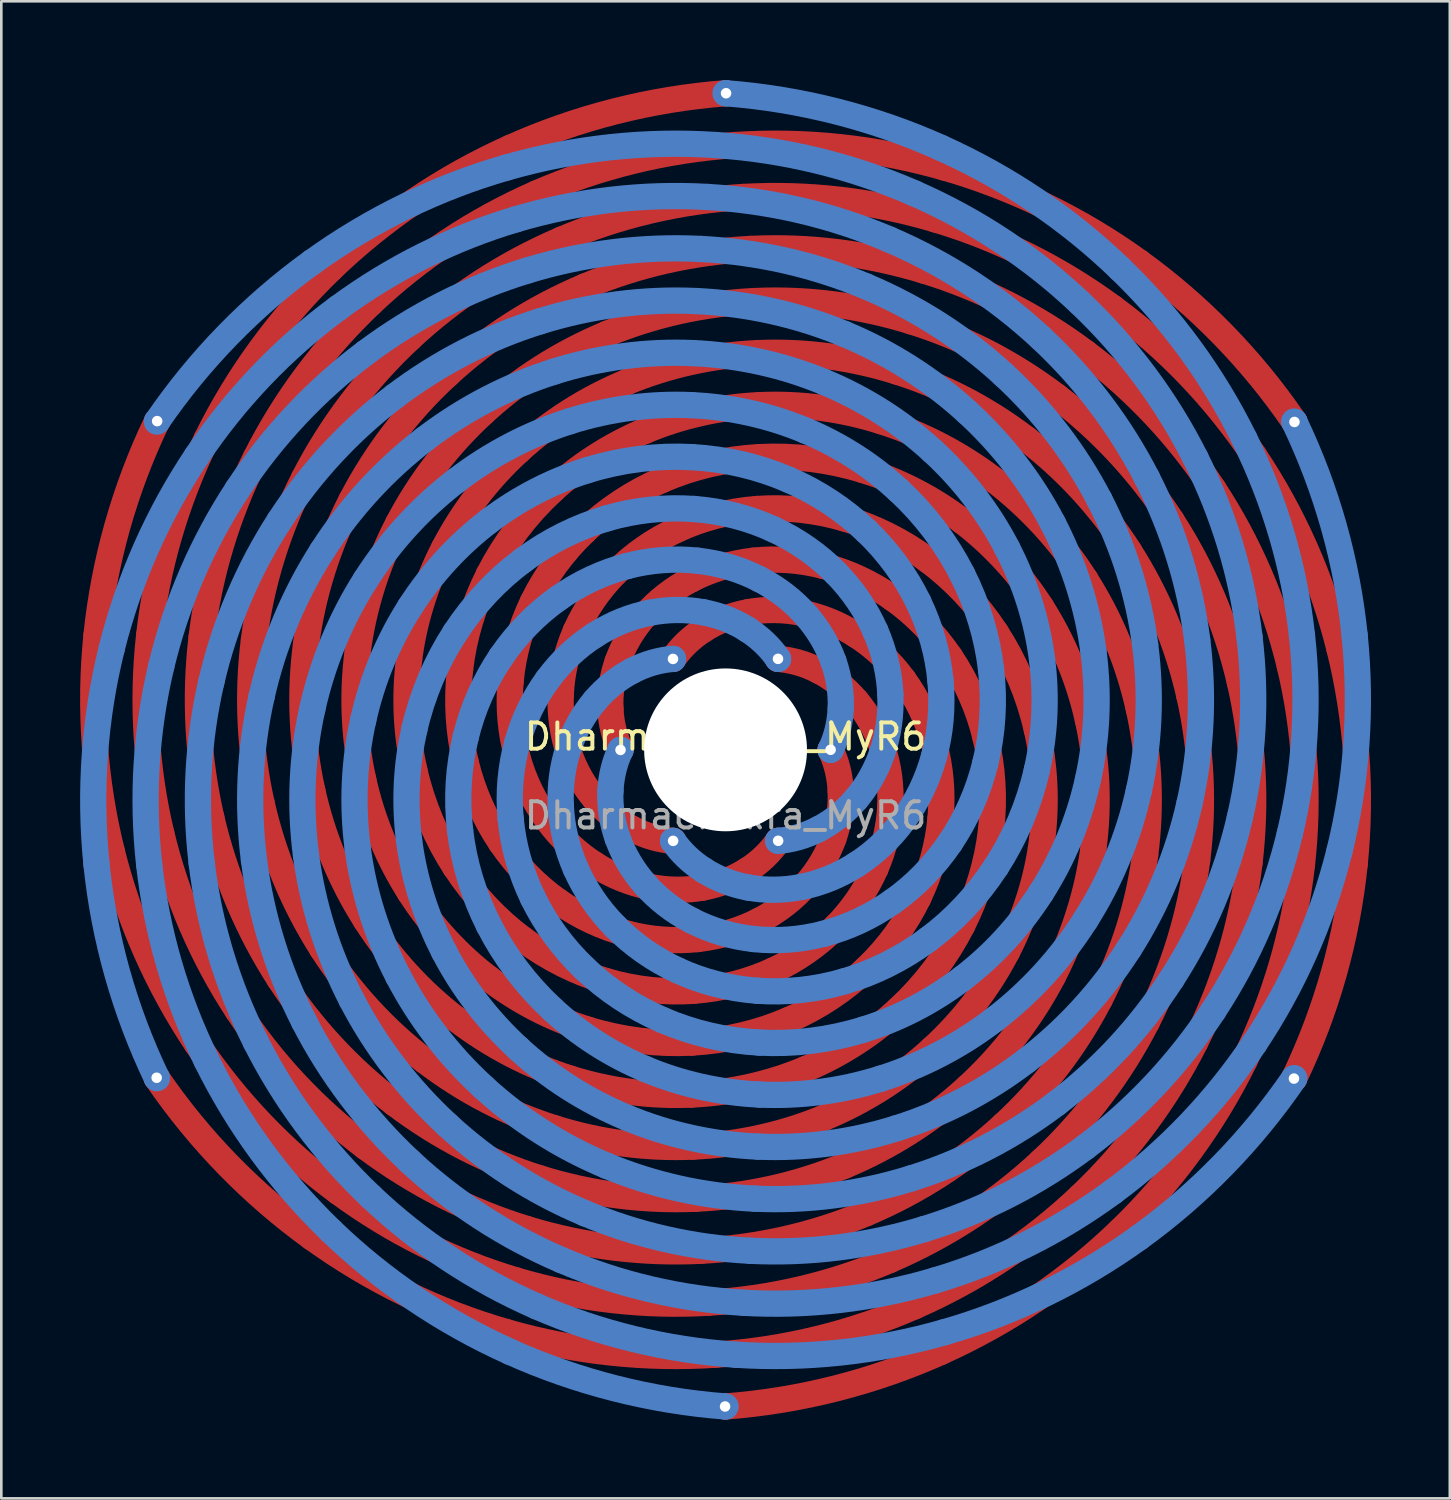
<source format=kicad_pcb>
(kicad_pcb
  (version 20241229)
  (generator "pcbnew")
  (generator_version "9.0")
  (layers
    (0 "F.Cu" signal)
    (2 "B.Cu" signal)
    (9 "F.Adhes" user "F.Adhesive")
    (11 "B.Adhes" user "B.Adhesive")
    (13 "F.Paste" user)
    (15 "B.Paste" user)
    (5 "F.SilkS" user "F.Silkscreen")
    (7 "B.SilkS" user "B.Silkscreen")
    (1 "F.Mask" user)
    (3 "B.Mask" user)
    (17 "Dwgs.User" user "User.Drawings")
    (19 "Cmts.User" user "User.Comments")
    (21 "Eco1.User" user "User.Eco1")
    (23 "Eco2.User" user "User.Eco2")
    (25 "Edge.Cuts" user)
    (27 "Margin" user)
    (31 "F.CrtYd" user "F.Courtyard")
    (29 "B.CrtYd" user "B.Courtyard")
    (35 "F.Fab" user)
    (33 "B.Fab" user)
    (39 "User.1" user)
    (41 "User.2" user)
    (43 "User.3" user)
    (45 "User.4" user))
  (footprint "Dharmachakra_MyR6"
    (layer "F.Cu")
    (at 24.575 25.5)
    (property "Reference" "Dharmachakra_MyR6" (at 0 -0.5 0) (unlocked yes) (layer "F.SilkS") (effects (font (size 1 1) (thickness 0.15))))
    (attr smd)
    (fp_curve (pts (xy -23.951 -4.358) (xy -23.667 -7.14) (xy -22.893 -9.911) (xy -21.651 -12.5)) (stroke (width 1) (type solid)) (layer "F.Cu"))
    (fp_curve (pts (xy -23.371 3.859) (xy -24.029 1.217) (xy -24.234 -1.576) (xy -23.951 -4.358)) (stroke (width 1) (type solid)) (layer "F.Cu"))
    (fp_curve (pts (xy -21.945 -4.365) (xy -21.66 -6.921) (xy -20.923 -9.465) (xy -19.755 -11.84)) (stroke (width 1) (type solid)) (layer "F.Cu"))
    (fp_curve (pts (xy -21.484 3.187) (xy -22.065 0.758) (xy -22.23 -1.809) (xy -21.945 -4.365)) (stroke (width 1) (type solid)) (layer "F.Cu"))
    (fp_curve (pts (xy -20.131 11.188) (xy -21.604 8.988) (xy -22.713 6.5) (xy -23.371 3.859)) (stroke (width 1) (type solid)) (layer "F.Cu"))
    (fp_curve (pts (xy -19.946 -4.308) (xy -19.667 -6.639) (xy -18.974 -8.958) (xy -17.886 -11.122)) (stroke (width 1) (type solid)) (layer "F.Cu"))
    (fp_curve (pts (xy -19.755 -11.84) (xy -18.586 -14.216) (xy -16.986 -16.42) (xy -15.027 -18.311)) (stroke (width 1) (type solid)) (layer "F.Cu"))
    (fp_curve (pts (xy -19.581 2.578) (xy -20.093 0.364) (xy -20.226 -1.977) (xy -19.946 -4.308)) (stroke (width 1) (type solid)) (layer "F.Cu"))
    (fp_curve (pts (xy -18.575 9.929) (xy -19.906 7.904) (xy -20.902 5.615) (xy -21.484 3.187)) (stroke (width 1) (type solid)) (layer "F.Cu"))
    (fp_curve (pts (xy -17.956 -4.187) (xy -17.689 -6.293) (xy -17.049 -8.39) (xy -16.047 -10.347)) (stroke (width 1) (type solid)) (layer "F.Cu"))
    (fp_curve (pts (xy -17.886 -11.122) (xy -16.798 -13.287) (xy -15.314 -15.294) (xy -13.502 -17.012)) (stroke (width 1) (type solid)) (layer "F.Cu"))
    (fp_curve (pts (xy -17.665 2.032) (xy -18.115 0.034) (xy -18.222 -2.08) (xy -17.956 -4.187)) (stroke (width 1) (type solid)) (layer "F.Cu"))
    (fp_curve (pts (xy -16.984 8.724) (xy -18.178 6.879) (xy -19.069 4.792) (xy -19.581 2.578)) (stroke (width 1) (type solid)) (layer "F.Cu"))
    (fp_curve (pts (xy -16.047 -10.347) (xy -15.046 -12.303) (xy -13.685 -14.118) (xy -12.023 -15.669)) (stroke (width 1) (type solid)) (layer "F.Cu"))
    (fp_curve (pts (xy -15.975 -4.002) (xy -15.729 -5.884) (xy -15.147 -7.762) (xy -14.239 -9.514)) (stroke (width 1) (type solid)) (layer "F.Cu"))
    (fp_curve (pts (xy -15.749 18.563) (xy -18.017 16.926) (xy -20.029 14.87) (xy -21.651 12.5)) (stroke (width 1) (type solid)) (layer "F.Cu"))
    (fp_curve (pts (xy -15.736 1.55) (xy -16.132 -0.231) (xy -16.221 -2.119) (xy -15.975 -4.002)) (stroke (width 1) (type solid)) (layer "F.Cu"))
    (fp_curve (pts (xy -15.359 7.574) (xy -16.423 5.912) (xy -17.215 4.03) (xy -17.665 2.032)) (stroke (width 1) (type solid)) (layer "F.Cu"))
    (fp_curve (pts (xy -15.027 -18.311) (xy -13.069 -20.201) (xy -10.753 -21.775) (xy -8.201 -22.921)) (stroke (width 1) (type solid)) (layer "F.Cu"))
    (fp_curve (pts (xy -14.753 16.822) (xy -16.824 15.297) (xy -18.659 13.387) (xy -20.131 11.188)) (stroke (width 1) (type solid)) (layer "F.Cu"))
    (fp_curve (pts (xy -14.239 -9.514) (xy -13.331 -11.267) (xy -12.098 -12.893) (xy -10.592 -14.282)) (stroke (width 1) (type solid)) (layer "F.Cu"))
    (fp_curve (pts (xy -14.006 -3.753) (xy -13.787 -5.414) (xy -13.271 -7.074) (xy -12.463 -8.625)) (stroke (width 1) (type solid)) (layer "F.Cu"))
    (fp_curve (pts (xy -13.797 1.131) (xy -14.145 -0.431) (xy -14.224 -2.092) (xy -14.006 -3.753)) (stroke (width 1) (type solid)) (layer "F.Cu"))
    (fp_curve (pts (xy -13.704 15.12) (xy -15.583 13.712) (xy -17.245 11.953) (xy -18.575 9.929)) (stroke (width 1) (type solid)) (layer "F.Cu"))
    (fp_curve (pts (xy -13.701 6.48) (xy -14.641 5.004) (xy -15.341 3.331) (xy -15.736 1.55)) (stroke (width 1) (type solid)) (layer "F.Cu"))
    (fp_curve (pts (xy -13.502 -17.012) (xy -11.689 -18.73) (xy -9.549 -20.157) (xy -7.192 -21.188)) (stroke (width 1) (type solid)) (layer "F.Cu"))
    (fp_curve (pts (xy -12.604 13.457) (xy -14.295 12.173) (xy -15.79 10.569) (xy -16.984 8.724)) (stroke (width 1) (type solid)) (layer "F.Cu"))
    (fp_curve (pts (xy -12.463 -8.625) (xy -11.654 -10.177) (xy -10.555 -11.62) (xy -9.21 -12.853)) (stroke (width 1) (type solid)) (layer "F.Cu"))
    (fp_curve (pts (xy -12.05 -3.441) (xy -11.866 -4.881) (xy -11.421 -6.326) (xy -10.719 -7.681)) (stroke (width 1) (type solid)) (layer "F.Cu"))
    (fp_curve (pts (xy -12.023 -15.669) (xy -10.362 -17.219) (xy -8.401 -18.505) (xy -6.242 -19.428)) (stroke (width 1) (type solid)) (layer "F.Cu"))
    (fp_curve (pts (xy -12.012 5.443) (xy -12.835 4.157) (xy -13.45 2.694) (xy -13.797 1.131)) (stroke (width 1) (type solid)) (layer "F.Cu"))
    (fp_curve (pts (xy -11.85 0.777) (xy -12.157 -0.566) (xy -12.233 -2.001) (xy -12.05 -3.441)) (stroke (width 1) (type solid)) (layer "F.Cu"))
    (fp_curve (pts (xy -11.453 11.834) (xy -12.961 10.68) (xy -14.295 9.237) (xy -15.359 7.574)) (stroke (width 1) (type solid)) (layer "F.Cu"))
    (fp_curve (pts (xy -10.719 -7.681) (xy -10.017 -9.037) (xy -9.058 -10.301) (xy -7.878 -11.383)) (stroke (width 1) (type solid)) (layer "F.Cu"))
    (fp_curve (pts (xy -10.592 -14.282) (xy -9.087 -15.671) (xy -7.309 -16.821) (xy -5.352 -17.644)) (stroke (width 1) (type solid)) (layer "F.Cu"))
    (fp_curve (pts (xy -10.293 4.462) (xy -11.005 3.37) (xy -11.542 2.12) (xy -11.85 0.777)) (stroke (width 1) (type solid)) (layer "F.Cu"))
    (fp_curve (pts (xy -10.253 10.253) (xy -11.582 9.233) (xy -12.761 7.956) (xy -13.701 6.48)) (stroke (width 1) (type solid)) (layer "F.Cu"))
    (fp_curve (pts (xy -10.108 -3.066) (xy -9.966 -4.287) (xy -9.601 -5.521) (xy -9.011 -6.683)) (stroke (width 1) (type solid)) (layer "F.Cu"))
    (fp_curve (pts (xy -9.894 0.486) (xy -10.168 -0.636) (xy -10.25 -1.845) (xy -10.108 -3.066)) (stroke (width 1) (type solid)) (layer "F.Cu"))
    (fp_curve (pts (xy -9.21 -12.853) (xy -7.866 -14.086) (xy -6.276 -15.107) (xy -4.522 -15.836)) (stroke (width 1) (type solid)) (layer "F.Cu"))
    (fp_curve (pts (xy -9.011 -6.683) (xy -8.421 -7.845) (xy -7.607 -8.936) (xy -6.597 -9.874)) (stroke (width 1) (type solid)) (layer "F.Cu"))
    (fp_curve (pts (xy -9.005 8.715) (xy -10.16 7.836) (xy -11.189 6.728) (xy -12.012 5.443)) (stroke (width 1) (type solid)) (layer "F.Cu"))
    (fp_curve (pts (xy -8.546 3.54) (xy -9.153 2.645) (xy -9.62 1.609) (xy -9.894 0.486)) (stroke (width 1) (type solid)) (layer "F.Cu"))
    (fp_curve (pts (xy -8.344 22.169) (xy -10.96 21.418) (xy -13.482 20.2) (xy -15.749 18.563)) (stroke (width 1) (type solid)) (layer "F.Cu"))
    (fp_curve (pts (xy -8.201 -22.921) (xy -5.65 -24.066) (xy -2.863 -24.781) (xy 0 -25)) (stroke (width 1) (type solid)) (layer "F.Cu"))
    (fp_curve (pts (xy -8.182 -2.629) (xy -8.089 -3.633) (xy -7.81 -4.657) (xy -7.339 -5.631)) (stroke (width 1) (type solid)) (layer "F.Cu"))
    (fp_curve (pts (xy -7.982 20.199) (xy -10.376 19.488) (xy -12.682 18.348) (xy -14.753 16.822)) (stroke (width 1) (type solid)) (layer "F.Cu"))
    (fp_curve (pts (xy -7.933 0.26) (xy -8.182 -0.642) (xy -8.275 -1.625) (xy -8.182 -2.629)) (stroke (width 1) (type solid)) (layer "F.Cu"))
    (fp_curve (pts (xy -7.878 -11.383) (xy -6.699 -12.466) (xy -5.3 -13.365) (xy -3.753 -14.006)) (stroke (width 1) (type solid)) (layer "F.Cu"))
    (fp_curve (pts (xy -7.709 7.22) (xy -8.696 6.487) (xy -9.581 5.554) (xy -10.293 4.462)) (stroke (width 1) (type solid)) (layer "F.Cu"))
    (fp_curve (pts (xy -7.558 18.247) (xy -9.732 17.583) (xy -11.825 16.528) (xy -13.704 15.12)) (stroke (width 1) (type solid)) (layer "F.Cu"))
    (fp_curve (pts (xy -7.339 -5.631) (xy -6.867 -6.605) (xy -6.203 -7.527) (xy -5.368 -8.326)) (stroke (width 1) (type solid)) (layer "F.Cu"))
    (fp_curve (pts (xy -7.192 -21.188) (xy -4.836 -22.218) (xy -2.264 -22.853) (xy 0.377 -23.028)) (stroke (width 1) (type solid)) (layer "F.Cu"))
    (fp_curve (pts (xy -7.072 16.314) (xy -9.028 15.705) (xy -10.913 14.741) (xy -12.604 13.457)) (stroke (width 1) (type solid)) (layer "F.Cu"))
    (fp_curve (pts (xy -6.772 2.676) (xy -7.282 1.981) (xy -7.685 1.161) (xy -7.933 0.26)) (stroke (width 1) (type solid)) (layer "F.Cu"))
    (fp_curve (pts (xy -6.597 -9.874) (xy -5.588 -10.811) (xy -4.384 -11.595) (xy -3.045 -12.156)) (stroke (width 1) (type solid)) (layer "F.Cu"))
    (fp_curve (pts (xy -6.526 14.403) (xy -8.266 13.855) (xy -9.945 12.989) (xy -11.453 11.834)) (stroke (width 1) (type solid)) (layer "F.Cu"))
    (fp_curve (pts (xy -6.368 5.771) (xy -7.191 5.189) (xy -7.938 4.435) (xy -8.546 3.54)) (stroke (width 1) (type solid)) (layer "F.Cu"))
    (fp_curve (pts (xy -6.273 -2.13) (xy -6.237 -2.918) (xy -6.05 -3.737) (xy -5.703 -4.526)) (stroke (width 1) (type solid)) (layer "F.Cu"))
    (fp_curve (pts (xy -6.242 -19.428) (xy -4.084 -20.351) (xy -1.729 -20.912) (xy 0.689 -21.051)) (stroke (width 1) (type solid)) (layer "F.Cu"))
    (fp_curve (pts (xy -5.968 0.098) (xy -6.198 -0.582) (xy -6.31 -1.341) (xy -6.273 -2.13)) (stroke (width 1) (type solid)) (layer "F.Cu"))
    (fp_curve (pts (xy -5.919 12.515) (xy -7.446 12.034) (xy -8.924 11.273) (xy -10.253 10.253)) (stroke (width 1) (type solid)) (layer "F.Cu"))
    (fp_curve (pts (xy -5.703 -4.526) (xy -5.356 -5.316) (xy -4.848 -6.075) (xy -4.192 -6.741)) (stroke (width 1) (type solid)) (layer "F.Cu"))
    (fp_curve (pts (xy -5.368 -8.326) (xy -4.533 -9.124) (xy -3.527 -9.799) (xy -2.398 -10.287)) (stroke (width 1) (type solid)) (layer "F.Cu"))
    (fp_curve (pts (xy -5.352 -17.644) (xy -3.395 -18.466) (xy -1.258 -18.96) (xy 0.937 -19.071)) (stroke (width 1) (type solid)) (layer "F.Cu"))
    (fp_curve (pts (xy -5.252 10.65) (xy -6.569 10.245) (xy -7.849 9.594) (xy -9.005 8.715)) (stroke (width 1) (type solid)) (layer "F.Cu"))
    (fp_curve (pts (xy -4.981 4.368) (xy -5.646 3.942) (xy -6.262 3.371) (xy -6.772 2.676)) (stroke (width 1) (type solid)) (layer "F.Cu"))
    (fp_curve (pts (xy -4.972 1.871) (xy -5.391 1.379) (xy -5.738 0.778) (xy -5.968 0.098)) (stroke (width 1) (type solid)) (layer "F.Cu"))
    (fp_curve (pts (xy -4.526 8.812) (xy -5.635 8.488) (xy -6.723 7.954) (xy -7.709 7.22)) (stroke (width 1) (type solid)) (layer "F.Cu"))
    (fp_curve (pts (xy -4.522 -15.836) (xy -2.768 -16.564) (xy -0.852 -16.998) (xy 1.12 -17.088)) (stroke (width 1) (type solid)) (layer "F.Cu"))
    (fp_curve (pts (xy -4.384 -1.569) (xy -4.41 -2.144) (xy -4.324 -2.761) (xy -4.107 -3.37)) (stroke (width 1) (type solid)) (layer "F.Cu"))
    (fp_curve (pts (xy -4.192 -6.741) (xy -3.535 -7.406) (xy -2.73 -7.978) (xy -1.814 -8.4)) (stroke (width 1) (type solid)) (layer "F.Cu"))
    (fp_curve (pts (xy -4.107 -3.37) (xy -3.89 -3.979) (xy -3.542 -4.58) (xy -3.069 -5.12)) (stroke (width 1) (type solid)) (layer "F.Cu"))
    (fp_curve (pts (xy -4 0) (xy -4.219 -0.458) (xy -4.358 -0.993) (xy -4.384 -1.569)) (stroke (width 1) (type solid)) (layer "F.Cu"))
    (fp_curve (pts (xy -3.753 -14.006) (xy -2.205 -14.647) (xy -0.509 -15.029) (xy 1.239 -15.106)) (stroke (width 1) (type solid)) (layer "F.Cu"))
    (fp_curve (pts (xy -3.742 7) (xy -4.647 6.765) (xy -5.544 6.354) (xy -6.368 5.771)) (stroke (width 1) (type solid)) (layer "F.Cu"))
    (fp_curve (pts (xy -3.551 3.012) (xy -4.062 2.747) (xy -4.553 2.364) (xy -4.972 1.871)) (stroke (width 1) (type solid)) (layer "F.Cu"))
    (fp_curve (pts (xy -3.069 -5.12) (xy -2.595 -5.659) (xy -1.994 -6.135) (xy -1.292 -6.498)) (stroke (width 1) (type solid)) (layer "F.Cu"))
    (fp_curve (pts (xy -3.045 -12.156) (xy -1.706 -12.717) (xy -0.232 -13.054) (xy 1.293 -13.124)) (stroke (width 1) (type solid)) (layer "F.Cu"))
    (fp_curve (pts (xy -2.899 5.217) (xy -3.603 5.076) (xy -4.316 4.794) (xy -4.981 4.368)) (stroke (width 1) (type solid)) (layer "F.Cu"))
    (fp_curve (pts (xy -2.398 -10.287) (xy -1.27 -10.774) (xy -0.019 -11.075) (xy 1.282 -11.145)) (stroke (width 1) (type solid)) (layer "F.Cu"))
    (fp_curve (pts (xy -2 -3.464) (xy -1.713 -3.883) (xy -1.319 -4.27) (xy -0.834 -4.581)) (stroke (width 1) (type solid)) (layer "F.Cu"))
    (fp_curve (pts (xy -2 3.464) (xy -2.506 3.424) (xy -3.039 3.278) (xy -3.551 3.012)) (stroke (width 1) (type solid)) (layer "F.Cu"))
    (fp_curve (pts (xy -1.814 -8.4) (xy -0.898 -8.822) (xy 0.128 -9.092) (xy 1.207 -9.171)) (stroke (width 1) (type solid)) (layer "F.Cu"))
    (fp_curve (pts (xy -1.293 13.124) (xy -2.817 13.194) (xy -4.392 12.995) (xy -5.919 12.515)) (stroke (width 1) (type solid)) (layer "F.Cu"))
    (fp_curve (pts (xy -1.292 -6.498) (xy -0.591 -6.86) (xy 0.211 -7.108) (xy 1.068 -7.202)) (stroke (width 1) (type solid)) (layer "F.Cu"))
    (fp_curve (pts (xy -1.282 11.145) (xy -2.584 11.216) (xy -3.936 11.056) (xy -5.252 10.65)) (stroke (width 1) (type solid)) (layer "F.Cu"))
    (fp_curve (pts (xy -1.239 15.106) (xy -2.987 15.182) (xy -4.786 14.951) (xy -6.526 14.403)) (stroke (width 1) (type solid)) (layer "F.Cu"))
    (fp_curve (pts (xy -1.207 9.171) (xy -2.286 9.249) (xy -3.417 9.136) (xy -4.526 8.812)) (stroke (width 1) (type solid)) (layer "F.Cu"))
    (fp_curve (pts (xy -1.12 17.088) (xy -3.092 17.178) (xy -5.117 16.924) (xy -7.072 16.314)) (stroke (width 1) (type solid)) (layer "F.Cu"))
    (fp_curve (pts (xy -1.068 7.202) (xy -1.925 7.296) (xy -2.837 7.236) (xy -3.742 7)) (stroke (width 1) (type solid)) (layer "F.Cu"))
    (fp_curve (pts (xy -0.937 19.071) (xy -3.132 19.182) (xy -5.384 18.91) (xy -7.558 18.247)) (stroke (width 1) (type solid)) (layer "F.Cu"))
    (fp_curve (pts (xy -0.865 5.242) (xy -1.501 5.358) (xy -2.196 5.358) (xy -2.899 5.217)) (stroke (width 1) (type solid)) (layer "F.Cu"))
    (fp_curve (pts (xy -0.834 -4.581) (xy -0.348 -4.892) (xy 0.229 -5.125) (xy 0.865 -5.242)) (stroke (width 1) (type solid)) (layer "F.Cu"))
    (fp_curve (pts (xy -0.689 21.051) (xy -3.107 21.191) (xy -5.588 20.91) (xy -7.982 20.199)) (stroke (width 1) (type solid)) (layer "F.Cu"))
    (fp_curve (pts (xy -0.377 23.028) (xy -3.018 23.204) (xy -5.728 22.92) (xy -8.344 22.169)) (stroke (width 1) (type solid)) (layer "F.Cu"))
    (fp_curve (pts (xy 0.377 -23.028) (xy 3.018 -23.204) (xy 5.728 -22.92) (xy 8.344 -22.169)) (stroke (width 1) (type solid)) (layer "F.Cu"))
    (fp_curve (pts (xy 0.689 -21.051) (xy 3.107 -21.191) (xy 5.588 -20.91) (xy 7.982 -20.199)) (stroke (width 1) (type solid)) (layer "F.Cu"))
    (fp_curve (pts (xy 0.834 4.581) (xy 0.348 4.892) (xy -0.229 5.125) (xy -0.865 5.242)) (stroke (width 1) (type solid)) (layer "F.Cu"))
    (fp_curve (pts (xy 0.865 -5.242) (xy 1.501 -5.358) (xy 2.196 -5.358) (xy 2.899 -5.217)) (stroke (width 1) (type solid)) (layer "F.Cu"))
    (fp_curve (pts (xy 0.937 -19.071) (xy 3.132 -19.182) (xy 5.384 -18.91) (xy 7.558 -18.247)) (stroke (width 1) (type solid)) (layer "F.Cu"))
    (fp_curve (pts (xy 1.068 -7.202) (xy 1.925 -7.296) (xy 2.837 -7.236) (xy 3.742 -7)) (stroke (width 1) (type solid)) (layer "F.Cu"))
    (fp_curve (pts (xy 1.12 -17.088) (xy 3.092 -17.178) (xy 5.117 -16.924) (xy 7.072 -16.314)) (stroke (width 1) (type solid)) (layer "F.Cu"))
    (fp_curve (pts (xy 1.207 -9.171) (xy 2.286 -9.249) (xy 3.417 -9.136) (xy 4.526 -8.812)) (stroke (width 1) (type solid)) (layer "F.Cu"))
    (fp_curve (pts (xy 1.239 -15.106) (xy 2.987 -15.182) (xy 4.786 -14.951) (xy 6.526 -14.403)) (stroke (width 1) (type solid)) (layer "F.Cu"))
    (fp_curve (pts (xy 1.282 -11.145) (xy 2.584 -11.216) (xy 3.936 -11.056) (xy 5.252 -10.65)) (stroke (width 1) (type solid)) (layer "F.Cu"))
    (fp_curve (pts (xy 1.292 6.498) (xy 0.591 6.86) (xy -0.211 7.108) (xy -1.068 7.202)) (stroke (width 1) (type solid)) (layer "F.Cu"))
    (fp_curve (pts (xy 1.293 -13.124) (xy 2.817 -13.194) (xy 4.392 -12.995) (xy 5.919 -12.515)) (stroke (width 1) (type solid)) (layer "F.Cu"))
    (fp_curve (pts (xy 1.814 8.4) (xy 0.898 8.822) (xy -0.128 9.092) (xy -1.207 9.171)) (stroke (width 1) (type solid)) (layer "F.Cu"))
    (fp_curve (pts (xy 2 -3.464) (xy 2.506 -3.424) (xy 3.039 -3.278) (xy 3.551 -3.012)) (stroke (width 1) (type solid)) (layer "F.Cu"))
    (fp_curve (pts (xy 2 3.464) (xy 1.713 3.883) (xy 1.319 4.27) (xy 0.834 4.581)) (stroke (width 1) (type solid)) (layer "F.Cu"))
    (fp_curve (pts (xy 2.398 10.287) (xy 1.27 10.774) (xy 0.019 11.075) (xy -1.282 11.145)) (stroke (width 1) (type solid)) (layer "F.Cu"))
    (fp_curve (pts (xy 2.899 -5.217) (xy 3.603 -5.076) (xy 4.316 -4.794) (xy 4.981 -4.368)) (stroke (width 1) (type solid)) (layer "F.Cu"))
    (fp_curve (pts (xy 3.045 12.156) (xy 1.706 12.717) (xy 0.232 13.054) (xy -1.293 13.124)) (stroke (width 1) (type solid)) (layer "F.Cu"))
    (fp_curve (pts (xy 3.069 5.12) (xy 2.595 5.659) (xy 1.994 6.135) (xy 1.292 6.498)) (stroke (width 1) (type solid)) (layer "F.Cu"))
    (fp_curve (pts (xy 3.551 -3.012) (xy 4.062 -2.747) (xy 4.553 -2.364) (xy 4.972 -1.871)) (stroke (width 1) (type solid)) (layer "F.Cu"))
    (fp_curve (pts (xy 3.742 -7) (xy 4.647 -6.765) (xy 5.544 -6.354) (xy 6.368 -5.771)) (stroke (width 1) (type solid)) (layer "F.Cu"))
    (fp_curve (pts (xy 3.753 14.006) (xy 2.205 14.647) (xy 0.509 15.029) (xy -1.239 15.106)) (stroke (width 1) (type solid)) (layer "F.Cu"))
    (fp_curve (pts (xy 4 0) (xy 4.219 0.458) (xy 4.358 0.993) (xy 4.384 1.569)) (stroke (width 1) (type solid)) (layer "F.Cu"))
    (fp_curve (pts (xy 4.107 3.37) (xy 3.89 3.979) (xy 3.542 4.58) (xy 3.069 5.12)) (stroke (width 1) (type solid)) (layer "F.Cu"))
    (fp_curve (pts (xy 4.192 6.741) (xy 3.535 7.406) (xy 2.73 7.978) (xy 1.814 8.4)) (stroke (width 1) (type solid)) (layer "F.Cu"))
    (fp_curve (pts (xy 4.384 1.569) (xy 4.41 2.144) (xy 4.324 2.761) (xy 4.107 3.37)) (stroke (width 1) (type solid)) (layer "F.Cu"))
    (fp_curve (pts (xy 4.522 15.836) (xy 2.768 16.564) (xy 0.852 16.998) (xy -1.12 17.088)) (stroke (width 1) (type solid)) (layer "F.Cu"))
    (fp_curve (pts (xy 4.526 -8.812) (xy 5.635 -8.488) (xy 6.723 -7.954) (xy 7.709 -7.22)) (stroke (width 1) (type solid)) (layer "F.Cu"))
    (fp_curve (pts (xy 4.972 -1.871) (xy 5.391 -1.379) (xy 5.738 -0.778) (xy 5.968 -0.098)) (stroke (width 1) (type solid)) (layer "F.Cu"))
    (fp_curve (pts (xy 4.981 -4.368) (xy 5.646 -3.942) (xy 6.262 -3.371) (xy 6.772 -2.676)) (stroke (width 1) (type solid)) (layer "F.Cu"))
    (fp_curve (pts (xy 5.252 -10.65) (xy 6.569 -10.245) (xy 7.849 -9.594) (xy 9.005 -8.715)) (stroke (width 1) (type solid)) (layer "F.Cu"))
    (fp_curve (pts (xy 5.352 17.644) (xy 3.395 18.466) (xy 1.258 18.96) (xy -0.937 19.071)) (stroke (width 1) (type solid)) (layer "F.Cu"))
    (fp_curve (pts (xy 5.368 8.326) (xy 4.533 9.124) (xy 3.527 9.799) (xy 2.398 10.287)) (stroke (width 1) (type solid)) (layer "F.Cu"))
    (fp_curve (pts (xy 5.703 4.526) (xy 5.356 5.316) (xy 4.848 6.075) (xy 4.192 6.741)) (stroke (width 1) (type solid)) (layer "F.Cu"))
    (fp_curve (pts (xy 5.919 -12.515) (xy 7.446 -12.034) (xy 8.924 -11.273) (xy 10.253 -10.253)) (stroke (width 1) (type solid)) (layer "F.Cu"))
    (fp_curve (pts (xy 5.968 -0.098) (xy 6.198 0.582) (xy 6.31 1.341) (xy 6.273 2.13)) (stroke (width 1) (type solid)) (layer "F.Cu"))
    (fp_curve (pts (xy 6.242 19.428) (xy 4.084 20.351) (xy 1.729 20.912) (xy -0.689 21.051)) (stroke (width 1) (type solid)) (layer "F.Cu"))
    (fp_curve (pts (xy 6.273 2.13) (xy 6.237 2.918) (xy 6.05 3.737) (xy 5.703 4.526)) (stroke (width 1) (type solid)) (layer "F.Cu"))
    (fp_curve (pts (xy 6.368 -5.771) (xy 7.191 -5.189) (xy 7.938 -4.435) (xy 8.546 -3.54)) (stroke (width 1) (type solid)) (layer "F.Cu"))
    (fp_curve (pts (xy 6.526 -14.403) (xy 8.266 -13.855) (xy 9.945 -12.989) (xy 11.453 -11.834)) (stroke (width 1) (type solid)) (layer "F.Cu"))
    (fp_curve (pts (xy 6.597 9.874) (xy 5.588 10.811) (xy 4.384 11.595) (xy 3.045 12.156)) (stroke (width 1) (type solid)) (layer "F.Cu"))
    (fp_curve (pts (xy 6.772 -2.676) (xy 7.282 -1.981) (xy 7.685 -1.161) (xy 7.933 -0.26)) (stroke (width 1) (type solid)) (layer "F.Cu"))
    (fp_curve (pts (xy 7.072 -16.314) (xy 9.028 -15.705) (xy 10.913 -14.741) (xy 12.604 -13.457)) (stroke (width 1) (type solid)) (layer "F.Cu"))
    (fp_curve (pts (xy 7.192 21.188) (xy 4.836 22.218) (xy 2.264 22.853) (xy -0.377 23.028)) (stroke (width 1) (type solid)) (layer "F.Cu"))
    (fp_curve (pts (xy 7.339 5.631) (xy 6.867 6.605) (xy 6.203 7.527) (xy 5.368 8.326)) (stroke (width 1) (type solid)) (layer "F.Cu"))
    (fp_curve (pts (xy 7.558 -18.247) (xy 9.732 -17.583) (xy 11.825 -16.528) (xy 13.704 -15.12)) (stroke (width 1) (type solid)) (layer "F.Cu"))
    (fp_curve (pts (xy 7.709 -7.22) (xy 8.696 -6.487) (xy 9.581 -5.554) (xy 10.293 -4.462)) (stroke (width 1) (type solid)) (layer "F.Cu"))
    (fp_curve (pts (xy 7.878 11.383) (xy 6.699 12.466) (xy 5.3 13.365) (xy 3.753 14.006)) (stroke (width 1) (type solid)) (layer "F.Cu"))
    (fp_curve (pts (xy 7.933 -0.26) (xy 8.182 0.642) (xy 8.275 1.625) (xy 8.182 2.629)) (stroke (width 1) (type solid)) (layer "F.Cu"))
    (fp_curve (pts (xy 7.982 -20.199) (xy 10.376 -19.488) (xy 12.682 -18.348) (xy 14.753 -16.822)) (stroke (width 1) (type solid)) (layer "F.Cu"))
    (fp_curve (pts (xy 8.182 2.629) (xy 8.089 3.633) (xy 7.81 4.657) (xy 7.339 5.631)) (stroke (width 1) (type solid)) (layer "F.Cu"))
    (fp_curve (pts (xy 8.201 22.921) (xy 5.65 24.066) (xy 2.863 24.781) (xy 0 25)) (stroke (width 1) (type solid)) (layer "F.Cu"))
    (fp_curve (pts (xy 8.344 -22.169) (xy 10.96 -21.418) (xy 13.482 -20.2) (xy 15.749 -18.563)) (stroke (width 1) (type solid)) (layer "F.Cu"))
    (fp_curve (pts (xy 8.546 -3.54) (xy 9.153 -2.645) (xy 9.62 -1.609) (xy 9.894 -0.486)) (stroke (width 1) (type solid)) (layer "F.Cu"))
    (fp_curve (pts (xy 9.005 -8.715) (xy 10.16 -7.836) (xy 11.189 -6.728) (xy 12.012 -5.443)) (stroke (width 1) (type solid)) (layer "F.Cu"))
    (fp_curve (pts (xy 9.011 6.683) (xy 8.421 7.845) (xy 7.607 8.936) (xy 6.597 9.874)) (stroke (width 1) (type solid)) (layer "F.Cu"))
    (fp_curve (pts (xy 9.21 12.853) (xy 7.866 14.086) (xy 6.276 15.107) (xy 4.522 15.836)) (stroke (width 1) (type solid)) (layer "F.Cu"))
    (fp_curve (pts (xy 9.894 -0.486) (xy 10.168 0.636) (xy 10.25 1.845) (xy 10.108 3.066)) (stroke (width 1) (type solid)) (layer "F.Cu"))
    (fp_curve (pts (xy 10.108 3.066) (xy 9.966 4.287) (xy 9.601 5.521) (xy 9.011 6.683)) (stroke (width 1) (type solid)) (layer "F.Cu"))
    (fp_curve (pts (xy 10.253 -10.253) (xy 11.582 -9.233) (xy 12.761 -7.956) (xy 13.701 -6.48)) (stroke (width 1) (type solid)) (layer "F.Cu"))
    (fp_curve (pts (xy 10.293 -4.462) (xy 11.005 -3.37) (xy 11.542 -2.12) (xy 11.85 -0.777)) (stroke (width 1) (type solid)) (layer "F.Cu"))
    (fp_curve (pts (xy 10.592 14.282) (xy 9.087 15.671) (xy 7.309 16.821) (xy 5.352 17.644)) (stroke (width 1) (type solid)) (layer "F.Cu"))
    (fp_curve (pts (xy 10.719 7.681) (xy 10.017 9.037) (xy 9.058 10.301) (xy 7.878 11.383)) (stroke (width 1) (type solid)) (layer "F.Cu"))
    (fp_curve (pts (xy 11.453 -11.834) (xy 12.961 -10.68) (xy 14.295 -9.237) (xy 15.359 -7.574)) (stroke (width 1) (type solid)) (layer "F.Cu"))
    (fp_curve (pts (xy 11.85 -0.777) (xy 12.157 0.566) (xy 12.233 2.001) (xy 12.05 3.441)) (stroke (width 1) (type solid)) (layer "F.Cu"))
    (fp_curve (pts (xy 12.012 -5.443) (xy 12.835 -4.157) (xy 13.45 -2.694) (xy 13.797 -1.131)) (stroke (width 1) (type solid)) (layer "F.Cu"))
    (fp_curve (pts (xy 12.023 15.669) (xy 10.362 17.219) (xy 8.401 18.505) (xy 6.242 19.428)) (stroke (width 1) (type solid)) (layer "F.Cu"))
    (fp_curve (pts (xy 12.05 3.441) (xy 11.866 4.881) (xy 11.421 6.326) (xy 10.719 7.681)) (stroke (width 1) (type solid)) (layer "F.Cu"))
    (fp_curve (pts (xy 12.463 8.625) (xy 11.654 10.177) (xy 10.555 11.62) (xy 9.21 12.853)) (stroke (width 1) (type solid)) (layer "F.Cu"))
    (fp_curve (pts (xy 12.604 -13.457) (xy 14.295 -12.173) (xy 15.79 -10.569) (xy 16.984 -8.724)) (stroke (width 1) (type solid)) (layer "F.Cu"))
    (fp_curve (pts (xy 13.502 17.012) (xy 11.689 18.73) (xy 9.549 20.157) (xy 7.192 21.188)) (stroke (width 1) (type solid)) (layer "F.Cu"))
    (fp_curve (pts (xy 13.701 -6.48) (xy 14.641 -5.004) (xy 15.341 -3.331) (xy 15.736 -1.55)) (stroke (width 1) (type solid)) (layer "F.Cu"))
    (fp_curve (pts (xy 13.704 -15.12) (xy 15.583 -13.712) (xy 17.245 -11.953) (xy 18.575 -9.929)) (stroke (width 1) (type solid)) (layer "F.Cu"))
    (fp_curve (pts (xy 13.797 -1.131) (xy 14.145 0.431) (xy 14.224 2.092) (xy 14.006 3.753)) (stroke (width 1) (type solid)) (layer "F.Cu"))
    (fp_curve (pts (xy 14.006 3.753) (xy 13.787 5.414) (xy 13.271 7.074) (xy 12.463 8.625)) (stroke (width 1) (type solid)) (layer "F.Cu"))
    (fp_curve (pts (xy 14.239 9.514) (xy 13.331 11.267) (xy 12.098 12.893) (xy 10.592 14.282)) (stroke (width 1) (type solid)) (layer "F.Cu"))
    (fp_curve (pts (xy 14.753 -16.822) (xy 16.824 -15.297) (xy 18.659 -13.387) (xy 20.131 -11.188)) (stroke (width 1) (type solid)) (layer "F.Cu"))
    (fp_curve (pts (xy 15.027 18.311) (xy 13.069 20.201) (xy 10.753 21.775) (xy 8.201 22.921)) (stroke (width 1) (type solid)) (layer "F.Cu"))
    (fp_curve (pts (xy 15.359 -7.574) (xy 16.423 -5.912) (xy 17.215 -4.03) (xy 17.665 -2.032)) (stroke (width 1) (type solid)) (layer "F.Cu"))
    (fp_curve (pts (xy 15.736 -1.55) (xy 16.132 0.231) (xy 16.221 2.119) (xy 15.975 4.002)) (stroke (width 1) (type solid)) (layer "F.Cu"))
    (fp_curve (pts (xy 15.749 -18.563) (xy 18.017 -16.926) (xy 20.029 -14.87) (xy 21.651 -12.5)) (stroke (width 1) (type solid)) (layer "F.Cu"))
    (fp_curve (pts (xy 15.975 4.002) (xy 15.729 5.884) (xy 15.147 7.762) (xy 14.239 9.514)) (stroke (width 1) (type solid)) (layer "F.Cu"))
    (fp_curve (pts (xy 16.047 10.347) (xy 15.046 12.303) (xy 13.685 14.118) (xy 12.023 15.669)) (stroke (width 1) (type solid)) (layer "F.Cu"))
    (fp_curve (pts (xy 16.984 -8.724) (xy 18.178 -6.879) (xy 19.069 -4.792) (xy 19.581 -2.578)) (stroke (width 1) (type solid)) (layer "F.Cu"))
    (fp_curve (pts (xy 17.665 -2.032) (xy 18.115 -0.034) (xy 18.222 2.08) (xy 17.956 4.187)) (stroke (width 1) (type solid)) (layer "F.Cu"))
    (fp_curve (pts (xy 17.886 11.122) (xy 16.798 13.287) (xy 15.314 15.294) (xy 13.502 17.012)) (stroke (width 1) (type solid)) (layer "F.Cu"))
    (fp_curve (pts (xy 17.956 4.187) (xy 17.689 6.293) (xy 17.049 8.39) (xy 16.047 10.347)) (stroke (width 1) (type solid)) (layer "F.Cu"))
    (fp_curve (pts (xy 18.575 -9.929) (xy 19.906 -7.904) (xy 20.902 -5.615) (xy 21.484 -3.187)) (stroke (width 1) (type solid)) (layer "F.Cu"))
    (fp_curve (pts (xy 19.581 -2.578) (xy 20.093 -0.364) (xy 20.226 1.977) (xy 19.946 4.308)) (stroke (width 1) (type solid)) (layer "F.Cu"))
    (fp_curve (pts (xy 19.755 11.84) (xy 18.586 14.216) (xy 16.986 16.42) (xy 15.027 18.311)) (stroke (width 1) (type solid)) (layer "F.Cu"))
    (fp_curve (pts (xy 19.946 4.308) (xy 19.667 6.639) (xy 18.974 8.958) (xy 17.886 11.122)) (stroke (width 1) (type solid)) (layer "F.Cu"))
    (fp_curve (pts (xy 20.131 -11.188) (xy 21.604 -8.988) (xy 22.713 -6.5) (xy 23.371 -3.859)) (stroke (width 1) (type solid)) (layer "F.Cu"))
    (fp_curve (pts (xy 21.484 -3.187) (xy 22.065 -0.758) (xy 22.23 1.809) (xy 21.945 4.365)) (stroke (width 1) (type solid)) (layer "F.Cu"))
    (fp_curve (pts (xy 21.945 4.365) (xy 21.66 6.921) (xy 20.923 9.465) (xy 19.755 11.84)) (stroke (width 1) (type solid)) (layer "F.Cu"))
    (fp_curve (pts (xy 23.371 -3.859) (xy 24.029 -1.217) (xy 24.234 1.576) (xy 23.951 4.358)) (stroke (width 1) (type solid)) (layer "F.Cu"))
    (fp_curve (pts (xy 23.951 4.358) (xy 23.667 7.14) (xy 22.893 9.911) (xy 21.651 12.5)) (stroke (width 1) (type solid)) (layer "F.Cu"))
    (fp_curve (pts (xy -23.951 4.358) (xy -23.667 7.14) (xy -22.893 9.911) (xy -21.651 12.5)) (stroke (width 1) (type solid)) (layer "B.Cu"))
    (fp_curve (pts (xy -23.371 -3.859) (xy -24.029 -1.217) (xy -24.234 1.576) (xy -23.951 4.358)) (stroke (width 1) (type solid)) (layer "B.Cu"))
    (fp_curve (pts (xy -21.945 4.365) (xy -21.66 6.921) (xy -20.923 9.465) (xy -19.755 11.84)) (stroke (width 1) (type solid)) (layer "B.Cu"))
    (fp_curve (pts (xy -21.484 -3.187) (xy -22.065 -0.758) (xy -22.23 1.809) (xy -21.945 4.365)) (stroke (width 1) (type solid)) (layer "B.Cu"))
    (fp_curve (pts (xy -20.131 -11.188) (xy -21.604 -8.988) (xy -22.713 -6.5) (xy -23.371 -3.859)) (stroke (width 1) (type solid)) (layer "B.Cu"))
    (fp_curve (pts (xy -19.946 4.308) (xy -19.667 6.639) (xy -18.974 8.958) (xy -17.886 11.122)) (stroke (width 1) (type solid)) (layer "B.Cu"))
    (fp_curve (pts (xy -19.755 11.84) (xy -18.586 14.216) (xy -16.986 16.42) (xy -15.027 18.311)) (stroke (width 1) (type solid)) (layer "B.Cu"))
    (fp_curve (pts (xy -19.581 -2.578) (xy -20.093 -0.364) (xy -20.226 1.977) (xy -19.946 4.308)) (stroke (width 1) (type solid)) (layer "B.Cu"))
    (fp_curve (pts (xy -18.575 -9.929) (xy -19.906 -7.904) (xy -20.902 -5.615) (xy -21.484 -3.187)) (stroke (width 1) (type solid)) (layer "B.Cu"))
    (fp_curve (pts (xy -17.956 4.187) (xy -17.689 6.293) (xy -17.049 8.39) (xy -16.047 10.347)) (stroke (width 1) (type solid)) (layer "B.Cu"))
    (fp_curve (pts (xy -17.886 11.122) (xy -16.798 13.287) (xy -15.314 15.294) (xy -13.502 17.012)) (stroke (width 1) (type solid)) (layer "B.Cu"))
    (fp_curve (pts (xy -17.665 -2.032) (xy -18.115 -0.034) (xy -18.222 2.08) (xy -17.956 4.187)) (stroke (width 1) (type solid)) (layer "B.Cu"))
    (fp_curve (pts (xy -16.984 -8.724) (xy -18.178 -6.879) (xy -19.069 -4.792) (xy -19.581 -2.578)) (stroke (width 1) (type solid)) (layer "B.Cu"))
    (fp_curve (pts (xy -16.047 10.347) (xy -15.046 12.303) (xy -13.685 14.118) (xy -12.023 15.669)) (stroke (width 1) (type solid)) (layer "B.Cu"))
    (fp_curve (pts (xy -15.975 4.002) (xy -15.729 5.884) (xy -15.147 7.762) (xy -14.239 9.514)) (stroke (width 1) (type solid)) (layer "B.Cu"))
    (fp_curve (pts (xy -15.749 -18.563) (xy -18.017 -16.926) (xy -20.029 -14.87) (xy -21.651 -12.5)) (stroke (width 1) (type solid)) (layer "B.Cu"))
    (fp_curve (pts (xy -15.736 -1.55) (xy -16.132 0.231) (xy -16.221 2.119) (xy -15.975 4.002)) (stroke (width 1) (type solid)) (layer "B.Cu"))
    (fp_curve (pts (xy -15.359 -7.574) (xy -16.423 -5.912) (xy -17.215 -4.03) (xy -17.665 -2.032)) (stroke (width 1) (type solid)) (layer "B.Cu"))
    (fp_curve (pts (xy -15.027 18.311) (xy -13.069 20.201) (xy -10.753 21.775) (xy -8.201 22.921)) (stroke (width 1) (type solid)) (layer "B.Cu"))
    (fp_curve (pts (xy -14.753 -16.822) (xy -16.824 -15.297) (xy -18.659 -13.387) (xy -20.131 -11.188)) (stroke (width 1) (type solid)) (layer "B.Cu"))
    (fp_curve (pts (xy -14.239 9.514) (xy -13.331 11.267) (xy -12.098 12.893) (xy -10.592 14.282)) (stroke (width 1) (type solid)) (layer "B.Cu"))
    (fp_curve (pts (xy -14.006 3.753) (xy -13.787 5.414) (xy -13.271 7.074) (xy -12.463 8.625)) (stroke (width 1) (type solid)) (layer "B.Cu"))
    (fp_curve (pts (xy -13.797 -1.131) (xy -14.145 0.431) (xy -14.224 2.092) (xy -14.006 3.753)) (stroke (width 1) (type solid)) (layer "B.Cu"))
    (fp_curve (pts (xy -13.704 -15.12) (xy -15.583 -13.712) (xy -17.245 -11.953) (xy -18.575 -9.929)) (stroke (width 1) (type solid)) (layer "B.Cu"))
    (fp_curve (pts (xy -13.701 -6.48) (xy -14.641 -5.004) (xy -15.341 -3.331) (xy -15.736 -1.55)) (stroke (width 1) (type solid)) (layer "B.Cu"))
    (fp_curve (pts (xy -13.502 17.012) (xy -11.689 18.73) (xy -9.549 20.157) (xy -7.192 21.188)) (stroke (width 1) (type solid)) (layer "B.Cu"))
    (fp_curve (pts (xy -12.604 -13.457) (xy -14.295 -12.173) (xy -15.79 -10.569) (xy -16.984 -8.724)) (stroke (width 1) (type solid)) (layer "B.Cu"))
    (fp_curve (pts (xy -12.463 8.625) (xy -11.654 10.177) (xy -10.555 11.62) (xy -9.21 12.853)) (stroke (width 1) (type solid)) (layer "B.Cu"))
    (fp_curve (pts (xy -12.05 3.441) (xy -11.866 4.881) (xy -11.421 6.326) (xy -10.719 7.681)) (stroke (width 1) (type solid)) (layer "B.Cu"))
    (fp_curve (pts (xy -12.023 15.669) (xy -10.362 17.219) (xy -8.401 18.505) (xy -6.242 19.428)) (stroke (width 1) (type solid)) (layer "B.Cu"))
    (fp_curve (pts (xy -12.012 -5.443) (xy -12.835 -4.157) (xy -13.45 -2.694) (xy -13.797 -1.131)) (stroke (width 1) (type solid)) (layer "B.Cu"))
    (fp_curve (pts (xy -11.85 -0.777) (xy -12.157 0.566) (xy -12.233 2.001) (xy -12.05 3.441)) (stroke (width 1) (type solid)) (layer "B.Cu"))
    (fp_curve (pts (xy -11.453 -11.834) (xy -12.961 -10.68) (xy -14.295 -9.237) (xy -15.359 -7.574)) (stroke (width 1) (type solid)) (layer "B.Cu"))
    (fp_curve (pts (xy -10.719 7.681) (xy -10.017 9.037) (xy -9.058 10.301) (xy -7.878 11.383)) (stroke (width 1) (type solid)) (layer "B.Cu"))
    (fp_curve (pts (xy -10.592 14.282) (xy -9.087 15.671) (xy -7.309 16.821) (xy -5.352 17.644)) (stroke (width 1) (type solid)) (layer "B.Cu"))
    (fp_curve (pts (xy -10.293 -4.462) (xy -11.005 -3.37) (xy -11.542 -2.12) (xy -11.85 -0.777)) (stroke (width 1) (type solid)) (layer "B.Cu"))
    (fp_curve (pts (xy -10.253 -10.253) (xy -11.582 -9.233) (xy -12.761 -7.956) (xy -13.701 -6.48)) (stroke (width 1) (type solid)) (layer "B.Cu"))
    (fp_curve (pts (xy -10.108 3.066) (xy -9.966 4.287) (xy -9.601 5.521) (xy -9.011 6.683)) (stroke (width 1) (type solid)) (layer "B.Cu"))
    (fp_curve (pts (xy -9.894 -0.486) (xy -10.168 0.636) (xy -10.25 1.845) (xy -10.108 3.066)) (stroke (width 1) (type solid)) (layer "B.Cu"))
    (fp_curve (pts (xy -9.21 12.853) (xy -7.866 14.086) (xy -6.276 15.107) (xy -4.522 15.836)) (stroke (width 1) (type solid)) (layer "B.Cu"))
    (fp_curve (pts (xy -9.011 6.683) (xy -8.421 7.845) (xy -7.607 8.936) (xy -6.597 9.874)) (stroke (width 1) (type solid)) (layer "B.Cu"))
    (fp_curve (pts (xy -9.005 -8.715) (xy -10.16 -7.836) (xy -11.189 -6.728) (xy -12.012 -5.443)) (stroke (width 1) (type solid)) (layer "B.Cu"))
    (fp_curve (pts (xy -8.546 -3.54) (xy -9.153 -2.645) (xy -9.62 -1.609) (xy -9.894 -0.486)) (stroke (width 1) (type solid)) (layer "B.Cu"))
    (fp_curve (pts (xy -8.344 -22.169) (xy -10.96 -21.418) (xy -13.482 -20.2) (xy -15.749 -18.563)) (stroke (width 1) (type solid)) (layer "B.Cu"))
    (fp_curve (pts (xy -8.201 22.921) (xy -5.65 24.066) (xy -2.863 24.781) (xy 0 25)) (stroke (width 1) (type solid)) (layer "B.Cu"))
    (fp_curve (pts (xy -8.182 2.629) (xy -8.089 3.633) (xy -7.81 4.657) (xy -7.339 5.631)) (stroke (width 1) (type solid)) (layer "B.Cu"))
    (fp_curve (pts (xy -7.982 -20.199) (xy -10.376 -19.488) (xy -12.682 -18.348) (xy -14.753 -16.822)) (stroke (width 1) (type solid)) (layer "B.Cu"))
    (fp_curve (pts (xy -7.933 -0.26) (xy -8.182 0.642) (xy -8.275 1.625) (xy -8.182 2.629)) (stroke (width 1) (type solid)) (layer "B.Cu"))
    (fp_curve (pts (xy -7.878 11.383) (xy -6.699 12.466) (xy -5.3 13.365) (xy -3.753 14.006)) (stroke (width 1) (type solid)) (layer "B.Cu"))
    (fp_curve (pts (xy -7.709 -7.22) (xy -8.696 -6.487) (xy -9.581 -5.554) (xy -10.293 -4.462)) (stroke (width 1) (type solid)) (layer "B.Cu"))
    (fp_curve (pts (xy -7.558 -18.247) (xy -9.732 -17.583) (xy -11.825 -16.528) (xy -13.704 -15.12)) (stroke (width 1) (type solid)) (layer "B.Cu"))
    (fp_curve (pts (xy -7.339 5.631) (xy -6.867 6.605) (xy -6.203 7.527) (xy -5.368 8.326)) (stroke (width 1) (type solid)) (layer "B.Cu"))
    (fp_curve (pts (xy -7.192 21.188) (xy -4.836 22.218) (xy -2.264 22.853) (xy 0.377 23.028)) (stroke (width 1) (type solid)) (layer "B.Cu"))
    (fp_curve (pts (xy -7.072 -16.314) (xy -9.028 -15.705) (xy -10.913 -14.741) (xy -12.604 -13.457)) (stroke (width 1) (type solid)) (layer "B.Cu"))
    (fp_curve (pts (xy -6.772 -2.676) (xy -7.282 -1.981) (xy -7.685 -1.161) (xy -7.933 -0.26)) (stroke (width 1) (type solid)) (layer "B.Cu"))
    (fp_curve (pts (xy -6.597 9.874) (xy -5.588 10.811) (xy -4.384 11.595) (xy -3.045 12.156)) (stroke (width 1) (type solid)) (layer "B.Cu"))
    (fp_curve (pts (xy -6.526 -14.403) (xy -8.266 -13.855) (xy -9.945 -12.989) (xy -11.453 -11.834)) (stroke (width 1) (type solid)) (layer "B.Cu"))
    (fp_curve (pts (xy -6.368 -5.771) (xy -7.191 -5.189) (xy -7.938 -4.435) (xy -8.546 -3.54)) (stroke (width 1) (type solid)) (layer "B.Cu"))
    (fp_curve (pts (xy -6.273 2.13) (xy -6.237 2.918) (xy -6.05 3.737) (xy -5.703 4.526)) (stroke (width 1) (type solid)) (layer "B.Cu"))
    (fp_curve (pts (xy -6.242 19.428) (xy -4.084 20.351) (xy -1.729 20.912) (xy 0.689 21.051)) (stroke (width 1) (type solid)) (layer "B.Cu"))
    (fp_curve (pts (xy -5.968 -0.098) (xy -6.198 0.582) (xy -6.31 1.341) (xy -6.273 2.13)) (stroke (width 1) (type solid)) (layer "B.Cu"))
    (fp_curve (pts (xy -5.919 -12.515) (xy -7.446 -12.034) (xy -8.924 -11.273) (xy -10.253 -10.253)) (stroke (width 1) (type solid)) (layer "B.Cu"))
    (fp_curve (pts (xy -5.703 4.526) (xy -5.356 5.316) (xy -4.848 6.075) (xy -4.192 6.741)) (stroke (width 1) (type solid)) (layer "B.Cu"))
    (fp_curve (pts (xy -5.368 8.326) (xy -4.533 9.124) (xy -3.527 9.799) (xy -2.398 10.287)) (stroke (width 1) (type solid)) (layer "B.Cu"))
    (fp_curve (pts (xy -5.352 17.644) (xy -3.395 18.466) (xy -1.258 18.96) (xy 0.937 19.071)) (stroke (width 1) (type solid)) (layer "B.Cu"))
    (fp_curve (pts (xy -5.252 -10.65) (xy -6.569 -10.245) (xy -7.849 -9.594) (xy -9.005 -8.715)) (stroke (width 1) (type solid)) (layer "B.Cu"))
    (fp_curve (pts (xy -4.981 -4.368) (xy -5.646 -3.942) (xy -6.262 -3.371) (xy -6.772 -2.676)) (stroke (width 1) (type solid)) (layer "B.Cu"))
    (fp_curve (pts (xy -4.972 -1.871) (xy -5.391 -1.379) (xy -5.738 -0.778) (xy -5.968 -0.098)) (stroke (width 1) (type solid)) (layer "B.Cu"))
    (fp_curve (pts (xy -4.526 -8.812) (xy -5.635 -8.488) (xy -6.723 -7.954) (xy -7.709 -7.22)) (stroke (width 1) (type solid)) (layer "B.Cu"))
    (fp_curve (pts (xy -4.522 15.836) (xy -2.768 16.564) (xy -0.852 16.998) (xy 1.12 17.088)) (stroke (width 1) (type solid)) (layer "B.Cu"))
    (fp_curve (pts (xy -4.384 1.569) (xy -4.41 2.144) (xy -4.324 2.761) (xy -4.107 3.37)) (stroke (width 1) (type solid)) (layer "B.Cu"))
    (fp_curve (pts (xy -4.192 6.741) (xy -3.535 7.406) (xy -2.73 7.978) (xy -1.814 8.4)) (stroke (width 1) (type solid)) (layer "B.Cu"))
    (fp_curve (pts (xy -4.107 3.37) (xy -3.89 3.979) (xy -3.542 4.58) (xy -3.069 5.12)) (stroke (width 1) (type solid)) (layer "B.Cu"))
    (fp_curve (pts (xy -4 0) (xy -4.219 0.458) (xy -4.358 0.993) (xy -4.384 1.569)) (stroke (width 1) (type solid)) (layer "B.Cu"))
    (fp_curve (pts (xy -3.753 14.006) (xy -2.205 14.647) (xy -0.509 15.029) (xy 1.239 15.106)) (stroke (width 1) (type solid)) (layer "B.Cu"))
    (fp_curve (pts (xy -3.742 -7) (xy -4.647 -6.765) (xy -5.544 -6.354) (xy -6.368 -5.771)) (stroke (width 1) (type solid)) (layer "B.Cu"))
    (fp_curve (pts (xy -3.551 -3.012) (xy -4.062 -2.747) (xy -4.553 -2.364) (xy -4.972 -1.871)) (stroke (width 1) (type solid)) (layer "B.Cu"))
    (fp_curve (pts (xy -3.069 5.12) (xy -2.595 5.659) (xy -1.994 6.135) (xy -1.292 6.498)) (stroke (width 1) (type solid)) (layer "B.Cu"))
    (fp_curve (pts (xy -3.045 12.156) (xy -1.706 12.717) (xy -0.232 13.054) (xy 1.293 13.124)) (stroke (width 1) (type solid)) (layer "B.Cu"))
    (fp_curve (pts (xy -2.899 -5.217) (xy -3.603 -5.076) (xy -4.316 -4.794) (xy -4.981 -4.368)) (stroke (width 1) (type solid)) (layer "B.Cu"))
    (fp_curve (pts (xy -2.398 10.287) (xy -1.27 10.774) (xy -0.019 11.075) (xy 1.282 11.145)) (stroke (width 1) (type solid)) (layer "B.Cu"))
    (fp_curve (pts (xy -2 -3.464) (xy -2.506 -3.424) (xy -3.039 -3.278) (xy -3.551 -3.012)) (stroke (width 1) (type solid)) (layer "B.Cu"))
    (fp_curve (pts (xy -2 3.464) (xy -1.713 3.883) (xy -1.319 4.27) (xy -0.834 4.581)) (stroke (width 1) (type solid)) (layer "B.Cu"))
    (fp_curve (pts (xy -1.814 8.4) (xy -0.898 8.822) (xy 0.128 9.092) (xy 1.207 9.171)) (stroke (width 1) (type solid)) (layer "B.Cu"))
    (fp_curve (pts (xy -1.293 -13.124) (xy -2.817 -13.194) (xy -4.392 -12.995) (xy -5.919 -12.515)) (stroke (width 1) (type solid)) (layer "B.Cu"))
    (fp_curve (pts (xy -1.292 6.498) (xy -0.591 6.86) (xy 0.211 7.108) (xy 1.068 7.202)) (stroke (width 1) (type solid)) (layer "B.Cu"))
    (fp_curve (pts (xy -1.282 -11.145) (xy -2.584 -11.216) (xy -3.936 -11.056) (xy -5.252 -10.65)) (stroke (width 1) (type solid)) (layer "B.Cu"))
    (fp_curve (pts (xy -1.239 -15.106) (xy -2.987 -15.182) (xy -4.786 -14.951) (xy -6.526 -14.403)) (stroke (width 1) (type solid)) (layer "B.Cu"))
    (fp_curve (pts (xy -1.207 -9.171) (xy -2.286 -9.249) (xy -3.417 -9.136) (xy -4.526 -8.812)) (stroke (width 1) (type solid)) (layer "B.Cu"))
    (fp_curve (pts (xy -1.12 -17.088) (xy -3.092 -17.178) (xy -5.117 -16.924) (xy -7.072 -16.314)) (stroke (width 1) (type solid)) (layer "B.Cu"))
    (fp_curve (pts (xy -1.068 -7.202) (xy -1.925 -7.296) (xy -2.837 -7.236) (xy -3.742 -7)) (stroke (width 1) (type solid)) (layer "B.Cu"))
    (fp_curve (pts (xy -0.937 -19.071) (xy -3.132 -19.182) (xy -5.384 -18.91) (xy -7.558 -18.247)) (stroke (width 1) (type solid)) (layer "B.Cu"))
    (fp_curve (pts (xy -0.865 -5.242) (xy -1.501 -5.358) (xy -2.196 -5.358) (xy -2.899 -5.217)) (stroke (width 1) (type solid)) (layer "B.Cu"))
    (fp_curve (pts (xy -0.834 4.581) (xy -0.348 4.892) (xy 0.229 5.125) (xy 0.865 5.242)) (stroke (width 1) (type solid)) (layer "B.Cu"))
    (fp_curve (pts (xy -0.689 -21.051) (xy -3.107 -21.191) (xy -5.588 -20.91) (xy -7.982 -20.199)) (stroke (width 1) (type solid)) (layer "B.Cu"))
    (fp_curve (pts (xy -0.377 -23.028) (xy -3.018 -23.204) (xy -5.728 -22.92) (xy -8.344 -22.169)) (stroke (width 1) (type solid)) (layer "B.Cu"))
    (fp_curve (pts (xy 0.377 23.028) (xy 3.018 23.204) (xy 5.728 22.92) (xy 8.344 22.169)) (stroke (width 1) (type solid)) (layer "B.Cu"))
    (fp_curve (pts (xy 0.689 21.051) (xy 3.107 21.191) (xy 5.588 20.91) (xy 7.982 20.199)) (stroke (width 1) (type solid)) (layer "B.Cu"))
    (fp_curve (pts (xy 0.834 -4.581) (xy 0.348 -4.892) (xy -0.229 -5.125) (xy -0.865 -5.242)) (stroke (width 1) (type solid)) (layer "B.Cu"))
    (fp_curve (pts (xy 0.865 5.242) (xy 1.501 5.358) (xy 2.196 5.358) (xy 2.899 5.217)) (stroke (width 1) (type solid)) (layer "B.Cu"))
    (fp_curve (pts (xy 0.937 19.071) (xy 3.132 19.182) (xy 5.384 18.91) (xy 7.558 18.247)) (stroke (width 1) (type solid)) (layer "B.Cu"))
    (fp_curve (pts (xy 1.068 7.202) (xy 1.925 7.296) (xy 2.837 7.236) (xy 3.742 7)) (stroke (width 1) (type solid)) (layer "B.Cu"))
    (fp_curve (pts (xy 1.12 17.088) (xy 3.092 17.178) (xy 5.117 16.924) (xy 7.072 16.314)) (stroke (width 1) (type solid)) (layer "B.Cu"))
    (fp_curve (pts (xy 1.207 9.171) (xy 2.286 9.249) (xy 3.417 9.136) (xy 4.526 8.812)) (stroke (width 1) (type solid)) (layer "B.Cu"))
    (fp_curve (pts (xy 1.239 15.106) (xy 2.987 15.182) (xy 4.786 14.951) (xy 6.526 14.403)) (stroke (width 1) (type solid)) (layer "B.Cu"))
    (fp_curve (pts (xy 1.282 11.145) (xy 2.584 11.216) (xy 3.936 11.056) (xy 5.252 10.65)) (stroke (width 1) (type solid)) (layer "B.Cu"))
    (fp_curve (pts (xy 1.292 -6.498) (xy 0.591 -6.86) (xy -0.211 -7.108) (xy -1.068 -7.202)) (stroke (width 1) (type solid)) (layer "B.Cu"))
    (fp_curve (pts (xy 1.293 13.124) (xy 2.817 13.194) (xy 4.392 12.995) (xy 5.919 12.515)) (stroke (width 1) (type solid)) (layer "B.Cu"))
    (fp_curve (pts (xy 1.814 -8.4) (xy 0.898 -8.822) (xy -0.128 -9.092) (xy -1.207 -9.171)) (stroke (width 1) (type solid)) (layer "B.Cu"))
    (fp_curve (pts (xy 2 -3.464) (xy 1.713 -3.883) (xy 1.319 -4.27) (xy 0.834 -4.581)) (stroke (width 1) (type solid)) (layer "B.Cu"))
    (fp_curve (pts (xy 2 3.464) (xy 2.506 3.424) (xy 3.039 3.278) (xy 3.551 3.012)) (stroke (width 1) (type solid)) (layer "B.Cu"))
    (fp_curve (pts (xy 2.398 -10.287) (xy 1.27 -10.774) (xy 0.019 -11.075) (xy -1.282 -11.145)) (stroke (width 1) (type solid)) (layer "B.Cu"))
    (fp_curve (pts (xy 2.899 5.217) (xy 3.603 5.076) (xy 4.316 4.794) (xy 4.981 4.368)) (stroke (width 1) (type solid)) (layer "B.Cu"))
    (fp_curve (pts (xy 3.045 -12.156) (xy 1.706 -12.717) (xy 0.232 -13.054) (xy -1.293 -13.124)) (stroke (width 1) (type solid)) (layer "B.Cu"))
    (fp_curve (pts (xy 3.069 -5.12) (xy 2.595 -5.659) (xy 1.994 -6.135) (xy 1.292 -6.498)) (stroke (width 1) (type solid)) (layer "B.Cu"))
    (fp_curve (pts (xy 3.551 3.012) (xy 4.062 2.747) (xy 4.553 2.364) (xy 4.972 1.871)) (stroke (width 1) (type solid)) (layer "B.Cu"))
    (fp_curve (pts (xy 3.742 7) (xy 4.647 6.765) (xy 5.544 6.354) (xy 6.368 5.771)) (stroke (width 1) (type solid)) (layer "B.Cu"))
    (fp_curve (pts (xy 3.753 -14.006) (xy 2.205 -14.647) (xy 0.509 -15.029) (xy -1.239 -15.106)) (stroke (width 1) (type solid)) (layer "B.Cu"))
    (fp_curve (pts (xy 4 0) (xy 4.219 -0.458) (xy 4.358 -0.993) (xy 4.384 -1.569)) (stroke (width 1) (type solid)) (layer "B.Cu"))
    (fp_curve (pts (xy 4.107 -3.37) (xy 3.89 -3.979) (xy 3.542 -4.58) (xy 3.069 -5.12)) (stroke (width 1) (type solid)) (layer "B.Cu"))
    (fp_curve (pts (xy 4.192 -6.741) (xy 3.535 -7.406) (xy 2.73 -7.978) (xy 1.814 -8.4)) (stroke (width 1) (type solid)) (layer "B.Cu"))
    (fp_curve (pts (xy 4.384 -1.569) (xy 4.41 -2.144) (xy 4.324 -2.761) (xy 4.107 -3.37)) (stroke (width 1) (type solid)) (layer "B.Cu"))
    (fp_curve (pts (xy 4.522 -15.836) (xy 2.768 -16.564) (xy 0.852 -16.998) (xy -1.12 -17.088)) (stroke (width 1) (type solid)) (layer "B.Cu"))
    (fp_curve (pts (xy 4.526 8.812) (xy 5.635 8.488) (xy 6.723 7.954) (xy 7.709 7.22)) (stroke (width 1) (type solid)) (layer "B.Cu"))
    (fp_curve (pts (xy 4.972 1.871) (xy 5.391 1.379) (xy 5.738 0.778) (xy 5.968 0.098)) (stroke (width 1) (type solid)) (layer "B.Cu"))
    (fp_curve (pts (xy 4.981 4.368) (xy 5.646 3.942) (xy 6.262 3.371) (xy 6.772 2.676)) (stroke (width 1) (type solid)) (layer "B.Cu"))
    (fp_curve (pts (xy 5.252 10.65) (xy 6.569 10.245) (xy 7.849 9.594) (xy 9.005 8.715)) (stroke (width 1) (type solid)) (layer "B.Cu"))
    (fp_curve (pts (xy 5.352 -17.644) (xy 3.395 -18.466) (xy 1.258 -18.96) (xy -0.937 -19.071)) (stroke (width 1) (type solid)) (layer "B.Cu"))
    (fp_curve (pts (xy 5.368 -8.326) (xy 4.533 -9.124) (xy 3.527 -9.799) (xy 2.398 -10.287)) (stroke (width 1) (type solid)) (layer "B.Cu"))
    (fp_curve (pts (xy 5.703 -4.526) (xy 5.356 -5.316) (xy 4.848 -6.075) (xy 4.192 -6.741)) (stroke (width 1) (type solid)) (layer "B.Cu"))
    (fp_curve (pts (xy 5.919 12.515) (xy 7.446 12.034) (xy 8.924 11.273) (xy 10.253 10.253)) (stroke (width 1) (type solid)) (layer "B.Cu"))
    (fp_curve (pts (xy 5.968 0.098) (xy 6.198 -0.582) (xy 6.31 -1.341) (xy 6.273 -2.13)) (stroke (width 1) (type solid)) (layer "B.Cu"))
    (fp_curve (pts (xy 6.242 -19.428) (xy 4.084 -20.351) (xy 1.729 -20.912) (xy -0.689 -21.051)) (stroke (width 1) (type solid)) (layer "B.Cu"))
    (fp_curve (pts (xy 6.273 -2.13) (xy 6.237 -2.918) (xy 6.05 -3.737) (xy 5.703 -4.526)) (stroke (width 1) (type solid)) (layer "B.Cu"))
    (fp_curve (pts (xy 6.368 5.771) (xy 7.191 5.189) (xy 7.938 4.435) (xy 8.546 3.54)) (stroke (width 1) (type solid)) (layer "B.Cu"))
    (fp_curve (pts (xy 6.526 14.403) (xy 8.266 13.855) (xy 9.945 12.989) (xy 11.453 11.834)) (stroke (width 1) (type solid)) (layer "B.Cu"))
    (fp_curve (pts (xy 6.597 -9.874) (xy 5.588 -10.811) (xy 4.384 -11.595) (xy 3.045 -12.156)) (stroke (width 1) (type solid)) (layer "B.Cu"))
    (fp_curve (pts (xy 6.772 2.676) (xy 7.282 1.981) (xy 7.685 1.161) (xy 7.933 0.26)) (stroke (width 1) (type solid)) (layer "B.Cu"))
    (fp_curve (pts (xy 7.072 16.314) (xy 9.028 15.705) (xy 10.913 14.741) (xy 12.604 13.457)) (stroke (width 1) (type solid)) (layer "B.Cu"))
    (fp_curve (pts (xy 7.192 -21.188) (xy 4.836 -22.218) (xy 2.264 -22.853) (xy -0.377 -23.028)) (stroke (width 1) (type solid)) (layer "B.Cu"))
    (fp_curve (pts (xy 7.339 -5.631) (xy 6.867 -6.605) (xy 6.203 -7.527) (xy 5.368 -8.326)) (stroke (width 1) (type solid)) (layer "B.Cu"))
    (fp_curve (pts (xy 7.558 18.247) (xy 9.732 17.583) (xy 11.825 16.528) (xy 13.704 15.12)) (stroke (width 1) (type solid)) (layer "B.Cu"))
    (fp_curve (pts (xy 7.709 7.22) (xy 8.696 6.487) (xy 9.581 5.554) (xy 10.293 4.462)) (stroke (width 1) (type solid)) (layer "B.Cu"))
    (fp_curve (pts (xy 7.878 -11.383) (xy 6.699 -12.466) (xy 5.3 -13.365) (xy 3.753 -14.006)) (stroke (width 1) (type solid)) (layer "B.Cu"))
    (fp_curve (pts (xy 7.933 0.26) (xy 8.182 -0.642) (xy 8.275 -1.625) (xy 8.182 -2.629)) (stroke (width 1) (type solid)) (layer "B.Cu"))
    (fp_curve (pts (xy 7.982 20.199) (xy 10.376 19.488) (xy 12.682 18.348) (xy 14.753 16.822)) (stroke (width 1) (type solid)) (layer "B.Cu"))
    (fp_curve (pts (xy 8.182 -2.629) (xy 8.089 -3.633) (xy 7.81 -4.657) (xy 7.339 -5.631)) (stroke (width 1) (type solid)) (layer "B.Cu"))
    (fp_curve (pts (xy 8.201 -22.921) (xy 5.65 -24.066) (xy 2.863 -24.781) (xy 0 -25)) (stroke (width 1) (type solid)) (layer "B.Cu"))
    (fp_curve (pts (xy 8.344 22.169) (xy 10.96 21.418) (xy 13.482 20.2) (xy 15.749 18.563)) (stroke (width 1) (type solid)) (layer "B.Cu"))
    (fp_curve (pts (xy 8.546 3.54) (xy 9.153 2.645) (xy 9.62 1.609) (xy 9.894 0.486)) (stroke (width 1) (type solid)) (layer "B.Cu"))
    (fp_curve (pts (xy 9.005 8.715) (xy 10.16 7.836) (xy 11.189 6.728) (xy 12.012 5.443)) (stroke (width 1) (type solid)) (layer "B.Cu"))
    (fp_curve (pts (xy 9.011 -6.683) (xy 8.421 -7.845) (xy 7.607 -8.936) (xy 6.597 -9.874)) (stroke (width 1) (type solid)) (layer "B.Cu"))
    (fp_curve (pts (xy 9.21 -12.853) (xy 7.866 -14.086) (xy 6.276 -15.107) (xy 4.522 -15.836)) (stroke (width 1) (type solid)) (layer "B.Cu"))
    (fp_curve (pts (xy 9.894 0.486) (xy 10.168 -0.636) (xy 10.25 -1.845) (xy 10.108 -3.066)) (stroke (width 1) (type solid)) (layer "B.Cu"))
    (fp_curve (pts (xy 10.108 -3.066) (xy 9.966 -4.287) (xy 9.601 -5.521) (xy 9.011 -6.683)) (stroke (width 1) (type solid)) (layer "B.Cu"))
    (fp_curve (pts (xy 10.253 10.253) (xy 11.582 9.233) (xy 12.761 7.956) (xy 13.701 6.48)) (stroke (width 1) (type solid)) (layer "B.Cu"))
    (fp_curve (pts (xy 10.293 4.462) (xy 11.005 3.37) (xy 11.542 2.12) (xy 11.85 0.777)) (stroke (width 1) (type solid)) (layer "B.Cu"))
    (fp_curve (pts (xy 10.592 -14.282) (xy 9.087 -15.671) (xy 7.309 -16.821) (xy 5.352 -17.644)) (stroke (width 1) (type solid)) (layer "B.Cu"))
    (fp_curve (pts (xy 10.719 -7.681) (xy 10.017 -9.037) (xy 9.058 -10.301) (xy 7.878 -11.383)) (stroke (width 1) (type solid)) (layer "B.Cu"))
    (fp_curve (pts (xy 11.453 11.834) (xy 12.961 10.68) (xy 14.295 9.237) (xy 15.359 7.574)) (stroke (width 1) (type solid)) (layer "B.Cu"))
    (fp_curve (pts (xy 11.85 0.777) (xy 12.157 -0.566) (xy 12.233 -2.001) (xy 12.05 -3.441)) (stroke (width 1) (type solid)) (layer "B.Cu"))
    (fp_curve (pts (xy 12.012 5.443) (xy 12.835 4.157) (xy 13.45 2.694) (xy 13.797 1.131)) (stroke (width 1) (type solid)) (layer "B.Cu"))
    (fp_curve (pts (xy 12.023 -15.669) (xy 10.362 -17.219) (xy 8.401 -18.505) (xy 6.242 -19.428)) (stroke (width 1) (type solid)) (layer "B.Cu"))
    (fp_curve (pts (xy 12.05 -3.441) (xy 11.866 -4.881) (xy 11.421 -6.326) (xy 10.719 -7.681)) (stroke (width 1) (type solid)) (layer "B.Cu"))
    (fp_curve (pts (xy 12.463 -8.625) (xy 11.654 -10.177) (xy 10.555 -11.62) (xy 9.21 -12.853)) (stroke (width 1) (type solid)) (layer "B.Cu"))
    (fp_curve (pts (xy 12.604 13.457) (xy 14.295 12.173) (xy 15.79 10.569) (xy 16.984 8.724)) (stroke (width 1) (type solid)) (layer "B.Cu"))
    (fp_curve (pts (xy 13.502 -17.012) (xy 11.689 -18.73) (xy 9.549 -20.157) (xy 7.192 -21.188)) (stroke (width 1) (type solid)) (layer "B.Cu"))
    (fp_curve (pts (xy 13.701 6.48) (xy 14.641 5.004) (xy 15.341 3.331) (xy 15.736 1.55)) (stroke (width 1) (type solid)) (layer "B.Cu"))
    (fp_curve (pts (xy 13.704 15.12) (xy 15.583 13.712) (xy 17.245 11.953) (xy 18.575 9.929)) (stroke (width 1) (type solid)) (layer "B.Cu"))
    (fp_curve (pts (xy 13.797 1.131) (xy 14.145 -0.431) (xy 14.224 -2.092) (xy 14.006 -3.753)) (stroke (width 1) (type solid)) (layer "B.Cu"))
    (fp_curve (pts (xy 14.006 -3.753) (xy 13.787 -5.414) (xy 13.271 -7.074) (xy 12.463 -8.625)) (stroke (width 1) (type solid)) (layer "B.Cu"))
    (fp_curve (pts (xy 14.239 -9.514) (xy 13.331 -11.267) (xy 12.098 -12.893) (xy 10.592 -14.282)) (stroke (width 1) (type solid)) (layer "B.Cu"))
    (fp_curve (pts (xy 14.753 16.822) (xy 16.824 15.297) (xy 18.659 13.387) (xy 20.131 11.188)) (stroke (width 1) (type solid)) (layer "B.Cu"))
    (fp_curve (pts (xy 15.027 -18.311) (xy 13.069 -20.201) (xy 10.753 -21.775) (xy 8.201 -22.921)) (stroke (width 1) (type solid)) (layer "B.Cu"))
    (fp_curve (pts (xy 15.359 7.574) (xy 16.423 5.912) (xy 17.215 4.03) (xy 17.665 2.032)) (stroke (width 1) (type solid)) (layer "B.Cu"))
    (fp_curve (pts (xy 15.736 1.55) (xy 16.132 -0.231) (xy 16.221 -2.119) (xy 15.975 -4.002)) (stroke (width 1) (type solid)) (layer "B.Cu"))
    (fp_curve (pts (xy 15.749 18.563) (xy 18.017 16.926) (xy 20.029 14.87) (xy 21.651 12.5)) (stroke (width 1) (type solid)) (layer "B.Cu"))
    (fp_curve (pts (xy 15.975 -4.002) (xy 15.729 -5.884) (xy 15.147 -7.762) (xy 14.239 -9.514)) (stroke (width 1) (type solid)) (layer "B.Cu"))
    (fp_curve (pts (xy 16.047 -10.347) (xy 15.046 -12.303) (xy 13.685 -14.118) (xy 12.023 -15.669)) (stroke (width 1) (type solid)) (layer "B.Cu"))
    (fp_curve (pts (xy 16.984 8.724) (xy 18.178 6.879) (xy 19.069 4.792) (xy 19.581 2.578)) (stroke (width 1) (type solid)) (layer "B.Cu"))
    (fp_curve (pts (xy 17.665 2.032) (xy 18.115 0.034) (xy 18.222 -2.08) (xy 17.956 -4.187)) (stroke (width 1) (type solid)) (layer "B.Cu"))
    (fp_curve (pts (xy 17.886 -11.122) (xy 16.798 -13.287) (xy 15.314 -15.294) (xy 13.502 -17.012)) (stroke (width 1) (type solid)) (layer "B.Cu"))
    (fp_curve (pts (xy 17.956 -4.187) (xy 17.689 -6.293) (xy 17.049 -8.39) (xy 16.047 -10.347)) (stroke (width 1) (type solid)) (layer "B.Cu"))
    (fp_curve (pts (xy 18.575 9.929) (xy 19.906 7.904) (xy 20.902 5.615) (xy 21.484 3.187)) (stroke (width 1) (type solid)) (layer "B.Cu"))
    (fp_curve (pts (xy 19.581 2.578) (xy 20.093 0.364) (xy 20.226 -1.977) (xy 19.946 -4.308)) (stroke (width 1) (type solid)) (layer "B.Cu"))
    (fp_curve (pts (xy 19.755 -11.84) (xy 18.586 -14.216) (xy 16.986 -16.42) (xy 15.027 -18.311)) (stroke (width 1) (type solid)) (layer "B.Cu"))
    (fp_curve (pts (xy 19.946 -4.308) (xy 19.667 -6.639) (xy 18.974 -8.958) (xy 17.886 -11.122)) (stroke (width 1) (type solid)) (layer "B.Cu"))
    (fp_curve (pts (xy 20.131 11.188) (xy 21.604 8.988) (xy 22.713 6.5) (xy 23.371 3.859)) (stroke (width 1) (type solid)) (layer "B.Cu"))
    (fp_curve (pts (xy 21.484 3.187) (xy 22.065 0.758) (xy 22.23 -1.809) (xy 21.945 -4.365)) (stroke (width 1) (type solid)) (layer "B.Cu"))
    (fp_curve (pts (xy 21.945 -4.365) (xy 21.66 -6.921) (xy 20.923 -9.465) (xy 19.755 -11.84)) (stroke (width 1) (type solid)) (layer "B.Cu"))
    (fp_curve (pts (xy 23.371 3.859) (xy 24.029 1.217) (xy 24.234 -1.576) (xy 23.951 -4.358)) (stroke (width 1) (type solid)) (layer "B.Cu"))
    (fp_curve (pts (xy 23.951 -4.358) (xy 23.667 -7.14) (xy 22.893 -9.911) (xy 21.651 -12.5)) (stroke (width 1) (type solid)) (layer "B.Cu"))
    (fp_text user "${REFERENCE}" (at 0 2.5 0) (unlocked yes) (layer "F.Fab") (effects (font (size 1 1) (thickness 0.15))))
    (pad "" np_thru_hole circle (at 0 0) (size 6.2 6.2) (drill 6.2) (layers "*.Cu" "*.Mask"))
    (pad "1" thru_hole circle (at -2.002 -3.462 120) (size 1 1) (drill 0.4) (layers "*.Cu" "*.Mask"))
    (pad "2" thru_hole circle (at -21.66 12.484 120) (size 1 1) (drill 0.4) (layers "*.Cu" "*.Mask"))
    (pad "3" thru_hole circle (at -3.999 0.003 180) (size 1 1) (drill 0.4) (layers "*.Cu" "*.Mask"))
    (pad "4" thru_hole circle (at -0.019 25 180) (size 1 1) (drill 0.4) (layers "*.Cu" "*.Mask"))
    (pad "5" thru_hole circle (at -1.997 3.465 240) (size 1 1) (drill 0.4) (layers "*.Cu" "*.Mask"))
    (pad "6" thru_hole circle (at 21.641 12.516 240) (size 1 1) (drill 0.4) (layers "*.Cu" "*.Mask"))
    (pad "7" thru_hole circle (at 2.002 3.462 300) (size 1 1) (drill 0.4) (layers "*.Cu" "*.Mask"))
    (pad "8" thru_hole circle (at 21.66 -12.484 300) (size 1 1) (drill 0.4) (layers "*.Cu" "*.Mask"))
    (pad "9" thru_hole circle (at 3.999 -0.003) (size 1 1) (drill 0.4) (layers "*.Cu" "*.Mask"))
    (pad "10" thru_hole circle (at 0.019 -25) (size 1 1) (drill 0.4) (layers "*.Cu" "*.Mask"))
    (pad "11" thru_hole circle (at 1.997 -3.465 60) (size 1 1) (drill 0.4) (layers "*.Cu" "*.Mask"))
    (pad "12" thru_hole circle (at -21.641 -12.516 60) (size 1 1) (drill 0.4) (layers "*.Cu" "*.Mask")))
  (gr_rect
    (start -3 -3)
    (end 52.15 54)
    (stroke (width 0.1) (type default))
    (fill no)
    (layer "Edge.Cuts")))
</source>
